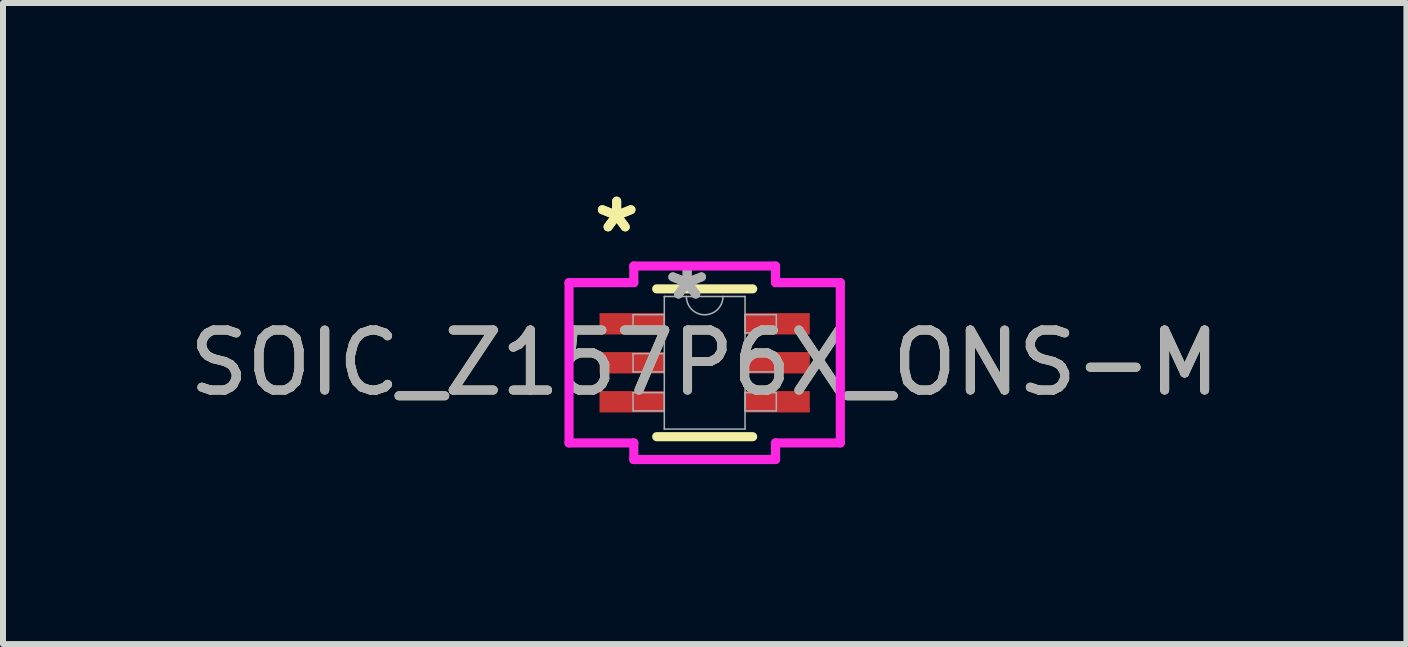
<source format=kicad_pcb>
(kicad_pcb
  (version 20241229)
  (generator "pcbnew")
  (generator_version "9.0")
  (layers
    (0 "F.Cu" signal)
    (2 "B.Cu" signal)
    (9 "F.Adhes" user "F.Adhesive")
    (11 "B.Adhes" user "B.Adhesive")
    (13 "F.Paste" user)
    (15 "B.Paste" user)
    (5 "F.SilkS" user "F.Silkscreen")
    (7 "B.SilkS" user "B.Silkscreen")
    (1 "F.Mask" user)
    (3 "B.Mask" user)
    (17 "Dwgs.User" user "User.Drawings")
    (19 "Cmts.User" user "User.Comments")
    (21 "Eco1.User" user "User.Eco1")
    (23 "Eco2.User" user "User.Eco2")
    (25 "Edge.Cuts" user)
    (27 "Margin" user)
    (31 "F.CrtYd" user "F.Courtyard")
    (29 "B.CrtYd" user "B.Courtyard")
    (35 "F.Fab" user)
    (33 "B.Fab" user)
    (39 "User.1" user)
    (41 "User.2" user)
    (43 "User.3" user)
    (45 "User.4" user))
  (footprint "SOIC_Z157P6X_ONS-M"
    (layer "F.Cu")
    (at 8.696 2.997)
    (property "Reference" "SOIC_Z157P6X_ONS-M" (at 0 0 0) (unlocked yes) (layer "F.SilkS") (effects (font (size 1 1) (thickness 0.15))))
    (attr smd)
    (fp_line (start -0.8 1.232) (end 0.8 1.232) (stroke (width 0.152) (type solid)) (layer "F.SilkS"))
    (fp_line (start 0.8 -1.232) (end -0.8 -1.232) (stroke (width 0.152) (type solid)) (layer "F.SilkS"))
    (fp_line (start -2.261 -1.336) (end -1.181 -1.336) (stroke (width 0.152) (type solid)) (layer "F.CrtYd"))
    (fp_line (start -2.261 1.336) (end -2.261 -1.336) (stroke (width 0.152) (type solid)) (layer "F.CrtYd"))
    (fp_line (start -2.261 1.336) (end -1.181 1.336) (stroke (width 0.152) (type solid)) (layer "F.CrtYd"))
    (fp_line (start -1.181 -1.613) (end 1.181 -1.613) (stroke (width 0.152) (type solid)) (layer "F.CrtYd"))
    (fp_line (start -1.181 -1.336) (end -1.181 -1.613) (stroke (width 0.152) (type solid)) (layer "F.CrtYd"))
    (fp_line (start -1.181 1.613) (end -1.181 1.336) (stroke (width 0.152) (type solid)) (layer "F.CrtYd"))
    (fp_line (start 1.181 -1.613) (end 1.181 -1.336) (stroke (width 0.152) (type solid)) (layer "F.CrtYd"))
    (fp_line (start 1.181 1.336) (end 1.181 1.613) (stroke (width 0.152) (type solid)) (layer "F.CrtYd"))
    (fp_line (start 1.181 1.613) (end -1.181 1.613) (stroke (width 0.152) (type solid)) (layer "F.CrtYd"))
    (fp_line (start 2.261 -1.336) (end 1.181 -1.336) (stroke (width 0.152) (type solid)) (layer "F.CrtYd"))
    (fp_line (start 2.261 -1.336) (end 2.261 1.336) (stroke (width 0.152) (type solid)) (layer "F.CrtYd"))
    (fp_line (start 2.261 1.336) (end 1.181 1.336) (stroke (width 0.152) (type solid)) (layer "F.CrtYd"))
    (fp_line (start -1.194 -0.802) (end -1.194 -0.498) (stroke (width 0.025) (type solid)) (layer "F.Fab"))
    (fp_line (start -1.194 -0.498) (end -0.673 -0.498) (stroke (width 0.025) (type solid)) (layer "F.Fab"))
    (fp_line (start -1.194 -0.152) (end -1.194 0.152) (stroke (width 0.025) (type solid)) (layer "F.Fab"))
    (fp_line (start -1.194 0.152) (end -0.673 0.152) (stroke (width 0.025) (type solid)) (layer "F.Fab"))
    (fp_line (start -1.194 0.498) (end -1.194 0.802) (stroke (width 0.025) (type solid)) (layer "F.Fab"))
    (fp_line (start -1.194 0.802) (end -0.673 0.802) (stroke (width 0.025) (type solid)) (layer "F.Fab"))
    (fp_line (start -0.673 -1.105) (end -0.673 1.105) (stroke (width 0.025) (type solid)) (layer "F.Fab"))
    (fp_line (start -0.673 -0.802) (end -1.194 -0.802) (stroke (width 0.025) (type solid)) (layer "F.Fab"))
    (fp_line (start -0.673 -0.498) (end -0.673 -0.802) (stroke (width 0.025) (type solid)) (layer "F.Fab"))
    (fp_line (start -0.673 -0.152) (end -1.194 -0.152) (stroke (width 0.025) (type solid)) (layer "F.Fab"))
    (fp_line (start -0.673 0.152) (end -0.673 -0.152) (stroke (width 0.025) (type solid)) (layer "F.Fab"))
    (fp_line (start -0.673 0.498) (end -1.194 0.498) (stroke (width 0.025) (type solid)) (layer "F.Fab"))
    (fp_line (start -0.673 0.802) (end -0.673 0.498) (stroke (width 0.025) (type solid)) (layer "F.Fab"))
    (fp_line (start -0.673 1.105) (end 0.673 1.105) (stroke (width 0.025) (type solid)) (layer "F.Fab"))
    (fp_line (start 0.673 -1.105) (end -0.673 -1.105) (stroke (width 0.025) (type solid)) (layer "F.Fab"))
    (fp_line (start 0.673 -0.802) (end 0.673 -0.498) (stroke (width 0.025) (type solid)) (layer "F.Fab"))
    (fp_line (start 0.673 -0.498) (end 1.194 -0.498) (stroke (width 0.025) (type solid)) (layer "F.Fab"))
    (fp_line (start 0.673 -0.152) (end 0.673 0.152) (stroke (width 0.025) (type solid)) (layer "F.Fab"))
    (fp_line (start 0.673 0.152) (end 1.194 0.152) (stroke (width 0.025) (type solid)) (layer "F.Fab"))
    (fp_line (start 0.673 0.498) (end 0.673 0.802) (stroke (width 0.025) (type solid)) (layer "F.Fab"))
    (fp_line (start 0.673 0.802) (end 1.194 0.802) (stroke (width 0.025) (type solid)) (layer "F.Fab"))
    (fp_line (start 0.673 1.105) (end 0.673 -1.105) (stroke (width 0.025) (type solid)) (layer "F.Fab"))
    (fp_line (start 1.194 -0.802) (end 0.673 -0.802) (stroke (width 0.025) (type solid)) (layer "F.Fab"))
    (fp_line (start 1.194 -0.498) (end 1.194 -0.802) (stroke (width 0.025) (type solid)) (layer "F.Fab"))
    (fp_line (start 1.194 -0.152) (end 0.673 -0.152) (stroke (width 0.025) (type solid)) (layer "F.Fab"))
    (fp_line (start 1.194 0.152) (end 1.194 -0.152) (stroke (width 0.025) (type solid)) (layer "F.Fab"))
    (fp_line (start 1.194 0.498) (end 0.673 0.498) (stroke (width 0.025) (type solid)) (layer "F.Fab"))
    (fp_line (start 1.194 0.802) (end 1.194 0.498) (stroke (width 0.025) (type solid)) (layer "F.Fab"))
    (fp_arc (start 0.3048 -1.1049) (mid 0 -0.8001) (end -0.3048 -1.1049) (stroke (width 0.0254) (type solid)) (layer "F.Fab"))
    (fp_text user "*" (at -1.467 -2.149 0) (layer "F.SilkS") (effects (font (size 1 1) (thickness 0.15))))
    (fp_text user "*" (at -1.467 -2.149 0) (unlocked yes) (layer "F.SilkS") (effects (font (size 1 1) (thickness 0.15))))
    (fp_text user "*" (at -0.292 -1.029 0) (layer "F.Fab") (effects (font (size 1 1) (thickness 0.15))))
    (fp_text user "*" (at -0.292 -1.029 0) (unlocked yes) (layer "F.Fab") (effects (font (size 1 1) (thickness 0.15))))
    (fp_text user "${REFERENCE}" (at 0 0 0) (unlocked yes) (layer "F.Fab") (effects (font (size 1 1) (thickness 0.15))))
    (pad "1" smd rect (at -1.213 -0.65) (size 1.079 0.356) (layers "F.Cu" "F.Mask" "F.Paste"))
    (pad "2" smd rect (at -1.213 0) (size 1.079 0.356) (layers "F.Cu" "F.Mask" "F.Paste"))
    (pad "3" smd rect (at -1.213 0.65) (size 1.079 0.356) (layers "F.Cu" "F.Mask" "F.Paste"))
    (pad "4" smd rect (at 1.213 0.65) (size 1.079 0.356) (layers "F.Cu" "F.Mask" "F.Paste"))
    (pad "5" smd rect (at 1.213 0) (size 1.079 0.356) (layers "F.Cu" "F.Mask" "F.Paste"))
    (pad "6" smd rect (at 1.213 -0.65) (size 1.079 0.356) (layers "F.Cu" "F.Mask" "F.Paste")))
  (gr_rect
    (start -3 -3)
    (end 20.393 7.686)
    (stroke (width 0.1) (type default))
    (fill no)
    (layer "Edge.Cuts")))
</source>
